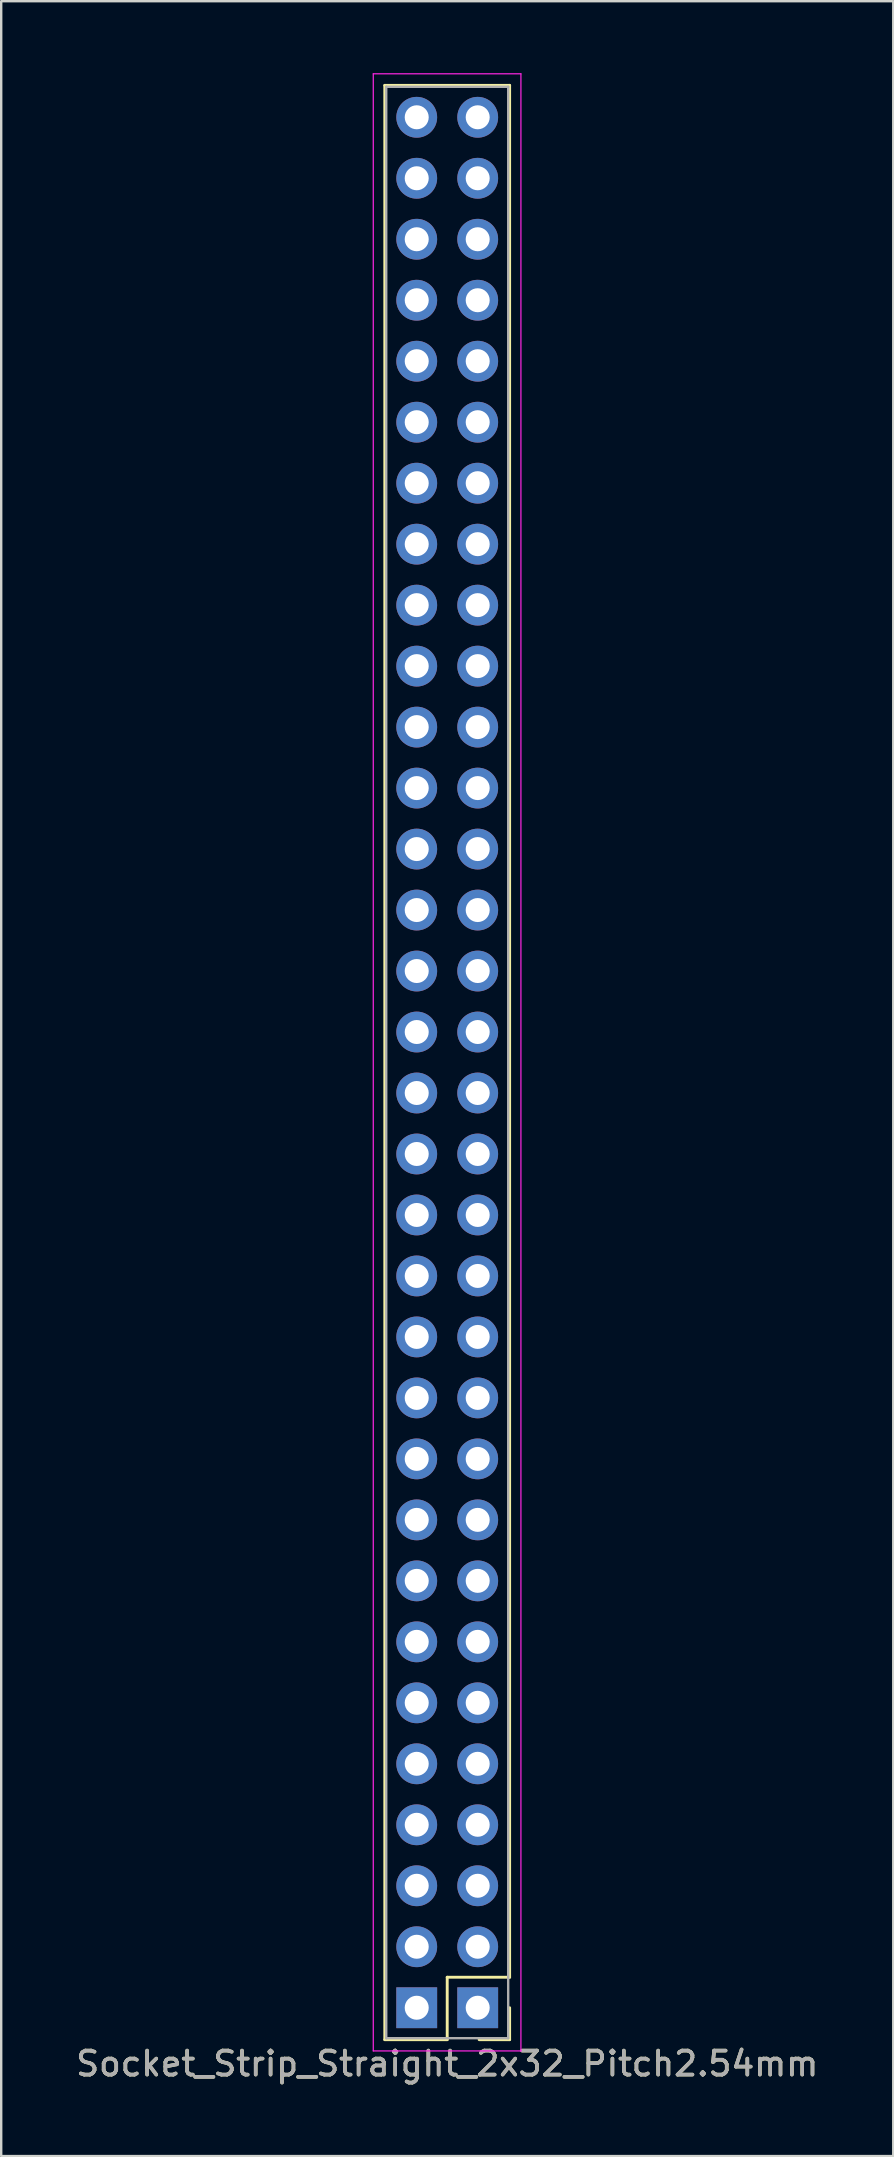
<source format=kicad_pcb>
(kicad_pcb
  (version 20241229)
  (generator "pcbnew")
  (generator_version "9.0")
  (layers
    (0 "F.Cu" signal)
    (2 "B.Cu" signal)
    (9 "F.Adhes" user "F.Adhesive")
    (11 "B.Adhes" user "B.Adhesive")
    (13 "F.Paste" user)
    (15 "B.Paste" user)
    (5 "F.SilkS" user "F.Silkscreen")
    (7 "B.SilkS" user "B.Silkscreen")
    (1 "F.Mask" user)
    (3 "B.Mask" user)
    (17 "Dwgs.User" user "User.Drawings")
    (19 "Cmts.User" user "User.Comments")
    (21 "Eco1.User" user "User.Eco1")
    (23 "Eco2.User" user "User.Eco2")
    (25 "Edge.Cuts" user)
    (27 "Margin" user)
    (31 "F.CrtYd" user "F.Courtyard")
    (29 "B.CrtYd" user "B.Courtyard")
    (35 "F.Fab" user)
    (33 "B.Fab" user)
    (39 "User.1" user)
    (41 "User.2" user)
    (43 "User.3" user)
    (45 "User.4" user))
  (footprint "Socket_Strip_Straight_2x32_Pitch2.54mm"
    (layer "F.Cu")
    (at 16.847 80.575)
    (property "Reference" "Socket_Strip_Straight_2x32_Pitch2.54mm" (at -1.27 2.33 180) (layer "F.SilkS") (effects (font (size 1 1) (thickness 0.15))))
    (attr through_hole)
    (fp_line (start -3.87 -80.07) (end -3.87 1.33) (stroke (width 0.12) (type solid)) (layer "F.SilkS"))
    (fp_line (start -3.87 1.33) (end -1.27 1.33) (stroke (width 0.12) (type solid)) (layer "F.SilkS"))
    (fp_line (start -1.27 -1.27) (end 1.33 -1.27) (stroke (width 0.12) (type solid)) (layer "F.SilkS"))
    (fp_line (start -1.27 1.33) (end -1.27 -1.27) (stroke (width 0.12) (type solid)) (layer "F.SilkS"))
    (fp_line (start 1.33 -80.07) (end -3.87 -80.07) (stroke (width 0.12) (type solid)) (layer "F.SilkS"))
    (fp_line (start 1.33 -1.27) (end 1.33 -80.07) (stroke (width 0.12) (type solid)) (layer "F.SilkS"))
    (fp_line (start 1.33 0) (end 1.33 1.33) (stroke (width 0.12) (type solid)) (layer "F.SilkS"))
    (fp_line (start 1.33 1.33) (end 0.06 1.33) (stroke (width 0.12) (type solid)) (layer "F.SilkS"))
    (fp_line (start -4.35 -80.55) (end 1.8 -80.55) (stroke (width 0.05) (type solid)) (layer "F.CrtYd"))
    (fp_line (start -4.35 1.8) (end -4.35 -80.55) (stroke (width 0.05) (type solid)) (layer "F.CrtYd"))
    (fp_line (start 1.8 -80.55) (end 1.8 1.8) (stroke (width 0.05) (type solid)) (layer "F.CrtYd"))
    (fp_line (start 1.8 1.8) (end -4.35 1.8) (stroke (width 0.05) (type solid)) (layer "F.CrtYd"))
    (fp_line (start -3.81 -80.01) (end 1.27 -80.01) (stroke (width 0.1) (type solid)) (layer "F.Fab"))
    (fp_line (start -3.81 1.27) (end -3.81 -80.01) (stroke (width 0.1) (type solid)) (layer "F.Fab"))
    (fp_line (start 1.27 -80.01) (end 1.27 1.27) (stroke (width 0.1) (type solid)) (layer "F.Fab"))
    (fp_line (start 1.27 1.27) (end -3.81 1.27) (stroke (width 0.1) (type solid)) (layer "F.Fab"))
    (fp_text user "${REFERENCE}" (at -1.27 2.33 180) (layer "F.Fab") (effects (font (size 1 1) (thickness 0.15))))
    (pad "1" thru_hole rect (at 0 0 180) (size 1.7 1.7) (drill 1) (layers "*.Cu" "*.Mask"))
    (pad "2" thru_hole rect (at -2.54 0 180) (size 1.7 1.7) (drill 1) (layers "*.Cu" "*.Mask"))
    (pad "3" thru_hole oval (at 0 -2.54 180) (size 1.7 1.7) (drill 1) (layers "*.Cu" "*.Mask"))
    (pad "4" thru_hole oval (at -2.54 -2.54 180) (size 1.7 1.7) (drill 1) (layers "*.Cu" "*.Mask"))
    (pad "5" thru_hole oval (at 0 -5.08 180) (size 1.7 1.7) (drill 1) (layers "*.Cu" "*.Mask"))
    (pad "6" thru_hole oval (at -2.54 -5.08 180) (size 1.7 1.7) (drill 1) (layers "*.Cu" "*.Mask"))
    (pad "7" thru_hole oval (at 0 -7.62 180) (size 1.7 1.7) (drill 1) (layers "*.Cu" "*.Mask"))
    (pad "8" thru_hole oval (at -2.54 -7.62 180) (size 1.7 1.7) (drill 1) (layers "*.Cu" "*.Mask"))
    (pad "9" thru_hole oval (at 0 -10.16 180) (size 1.7 1.7) (drill 1) (layers "*.Cu" "*.Mask"))
    (pad "10" thru_hole oval (at -2.54 -10.16 180) (size 1.7 1.7) (drill 1) (layers "*.Cu" "*.Mask"))
    (pad "11" thru_hole oval (at 0 -12.7 180) (size 1.7 1.7) (drill 1) (layers "*.Cu" "*.Mask"))
    (pad "12" thru_hole oval (at -2.54 -12.7 180) (size 1.7 1.7) (drill 1) (layers "*.Cu" "*.Mask"))
    (pad "13" thru_hole oval (at 0 -15.24 180) (size 1.7 1.7) (drill 1) (layers "*.Cu" "*.Mask"))
    (pad "14" thru_hole oval (at -2.54 -15.24 180) (size 1.7 1.7) (drill 1) (layers "*.Cu" "*.Mask"))
    (pad "15" thru_hole oval (at 0 -17.78 180) (size 1.7 1.7) (drill 1) (layers "*.Cu" "*.Mask"))
    (pad "16" thru_hole oval (at -2.54 -17.78 180) (size 1.7 1.7) (drill 1) (layers "*.Cu" "*.Mask"))
    (pad "17" thru_hole oval (at 0 -20.32 180) (size 1.7 1.7) (drill 1) (layers "*.Cu" "*.Mask"))
    (pad "18" thru_hole oval (at -2.54 -20.32 180) (size 1.7 1.7) (drill 1) (layers "*.Cu" "*.Mask"))
    (pad "19" thru_hole oval (at 0 -22.86 180) (size 1.7 1.7) (drill 1) (layers "*.Cu" "*.Mask"))
    (pad "20" thru_hole oval (at -2.54 -22.86 180) (size 1.7 1.7) (drill 1) (layers "*.Cu" "*.Mask"))
    (pad "21" thru_hole oval (at 0 -25.4 180) (size 1.7 1.7) (drill 1) (layers "*.Cu" "*.Mask"))
    (pad "22" thru_hole oval (at -2.54 -25.4 180) (size 1.7 1.7) (drill 1) (layers "*.Cu" "*.Mask"))
    (pad "23" thru_hole oval (at 0 -27.94 180) (size 1.7 1.7) (drill 1) (layers "*.Cu" "*.Mask"))
    (pad "24" thru_hole oval (at -2.54 -27.94 180) (size 1.7 1.7) (drill 1) (layers "*.Cu" "*.Mask"))
    (pad "25" thru_hole oval (at 0 -30.48 180) (size 1.7 1.7) (drill 1) (layers "*.Cu" "*.Mask"))
    (pad "26" thru_hole oval (at -2.54 -30.48 180) (size 1.7 1.7) (drill 1) (layers "*.Cu" "*.Mask"))
    (pad "27" thru_hole oval (at 0 -33.02 180) (size 1.7 1.7) (drill 1) (layers "*.Cu" "*.Mask"))
    (pad "28" thru_hole oval (at -2.54 -33.02 180) (size 1.7 1.7) (drill 1) (layers "*.Cu" "*.Mask"))
    (pad "29" thru_hole oval (at 0 -35.56 180) (size 1.7 1.7) (drill 1) (layers "*.Cu" "*.Mask"))
    (pad "30" thru_hole oval (at -2.54 -35.56 180) (size 1.7 1.7) (drill 1) (layers "*.Cu" "*.Mask"))
    (pad "31" thru_hole oval (at 0 -38.1 180) (size 1.7 1.7) (drill 1) (layers "*.Cu" "*.Mask"))
    (pad "32" thru_hole oval (at -2.54 -38.1 180) (size 1.7 1.7) (drill 1) (layers "*.Cu" "*.Mask"))
    (pad "33" thru_hole oval (at 0 -40.64 180) (size 1.7 1.7) (drill 1) (layers "*.Cu" "*.Mask"))
    (pad "34" thru_hole oval (at -2.54 -40.64 180) (size 1.7 1.7) (drill 1) (layers "*.Cu" "*.Mask"))
    (pad "35" thru_hole oval (at 0 -43.18 180) (size 1.7 1.7) (drill 1) (layers "*.Cu" "*.Mask"))
    (pad "36" thru_hole oval (at -2.54 -43.18 180) (size 1.7 1.7) (drill 1) (layers "*.Cu" "*.Mask"))
    (pad "37" thru_hole oval (at 0 -45.72 180) (size 1.7 1.7) (drill 1) (layers "*.Cu" "*.Mask"))
    (pad "38" thru_hole oval (at -2.54 -45.72 180) (size 1.7 1.7) (drill 1) (layers "*.Cu" "*.Mask"))
    (pad "39" thru_hole oval (at 0 -48.26 180) (size 1.7 1.7) (drill 1) (layers "*.Cu" "*.Mask"))
    (pad "40" thru_hole oval (at -2.54 -48.26 180) (size 1.7 1.7) (drill 1) (layers "*.Cu" "*.Mask"))
    (pad "41" thru_hole oval (at 0 -50.8 180) (size 1.7 1.7) (drill 1) (layers "*.Cu" "*.Mask"))
    (pad "42" thru_hole oval (at -2.54 -50.8 180) (size 1.7 1.7) (drill 1) (layers "*.Cu" "*.Mask"))
    (pad "43" thru_hole oval (at 0 -53.34 180) (size 1.7 1.7) (drill 1) (layers "*.Cu" "*.Mask"))
    (pad "44" thru_hole oval (at -2.54 -53.34 180) (size 1.7 1.7) (drill 1) (layers "*.Cu" "*.Mask"))
    (pad "45" thru_hole oval (at 0 -55.88 180) (size 1.7 1.7) (drill 1) (layers "*.Cu" "*.Mask"))
    (pad "46" thru_hole oval (at -2.54 -55.88 180) (size 1.7 1.7) (drill 1) (layers "*.Cu" "*.Mask"))
    (pad "47" thru_hole oval (at 0 -58.42 180) (size 1.7 1.7) (drill 1) (layers "*.Cu" "*.Mask"))
    (pad "48" thru_hole oval (at -2.54 -58.42 180) (size 1.7 1.7) (drill 1) (layers "*.Cu" "*.Mask"))
    (pad "49" thru_hole oval (at 0 -60.96 180) (size 1.7 1.7) (drill 1) (layers "*.Cu" "*.Mask"))
    (pad "50" thru_hole oval (at -2.54 -60.96 180) (size 1.7 1.7) (drill 1) (layers "*.Cu" "*.Mask"))
    (pad "51" thru_hole oval (at 0 -63.5 180) (size 1.7 1.7) (drill 1) (layers "*.Cu" "*.Mask"))
    (pad "52" thru_hole oval (at -2.54 -63.5 180) (size 1.7 1.7) (drill 1) (layers "*.Cu" "*.Mask"))
    (pad "53" thru_hole oval (at 0 -66.04 180) (size 1.7 1.7) (drill 1) (layers "*.Cu" "*.Mask"))
    (pad "54" thru_hole oval (at -2.54 -66.04 180) (size 1.7 1.7) (drill 1) (layers "*.Cu" "*.Mask"))
    (pad "55" thru_hole oval (at 0 -68.58 180) (size 1.7 1.7) (drill 1) (layers "*.Cu" "*.Mask"))
    (pad "56" thru_hole oval (at -2.54 -68.58 180) (size 1.7 1.7) (drill 1) (layers "*.Cu" "*.Mask"))
    (pad "57" thru_hole oval (at 0 -71.12 180) (size 1.7 1.7) (drill 1) (layers "*.Cu" "*.Mask"))
    (pad "58" thru_hole oval (at -2.54 -71.12 180) (size 1.7 1.7) (drill 1) (layers "*.Cu" "*.Mask"))
    (pad "59" thru_hole oval (at 0 -73.66 180) (size 1.7 1.7) (drill 1) (layers "*.Cu" "*.Mask"))
    (pad "60" thru_hole oval (at -2.54 -73.66 180) (size 1.7 1.7) (drill 1) (layers "*.Cu" "*.Mask"))
    (pad "61" thru_hole oval (at 0 -76.2 180) (size 1.7 1.7) (drill 1) (layers "*.Cu" "*.Mask"))
    (pad "62" thru_hole oval (at -2.54 -76.2 180) (size 1.7 1.7) (drill 1) (layers "*.Cu" "*.Mask"))
    (pad "63" thru_hole oval (at 0 -78.74 180) (size 1.7 1.7) (drill 1) (layers "*.Cu" "*.Mask"))
    (pad "64" thru_hole oval (at -2.54 -78.74 180) (size 1.7 1.7) (drill 1) (layers "*.Cu" "*.Mask")))
  (gr_rect
    (start -3 -3)
    (end 34.155 86.753)
    (stroke (width 0.1) (type default))
    (fill no)
    (layer "Edge.Cuts")))
</source>
